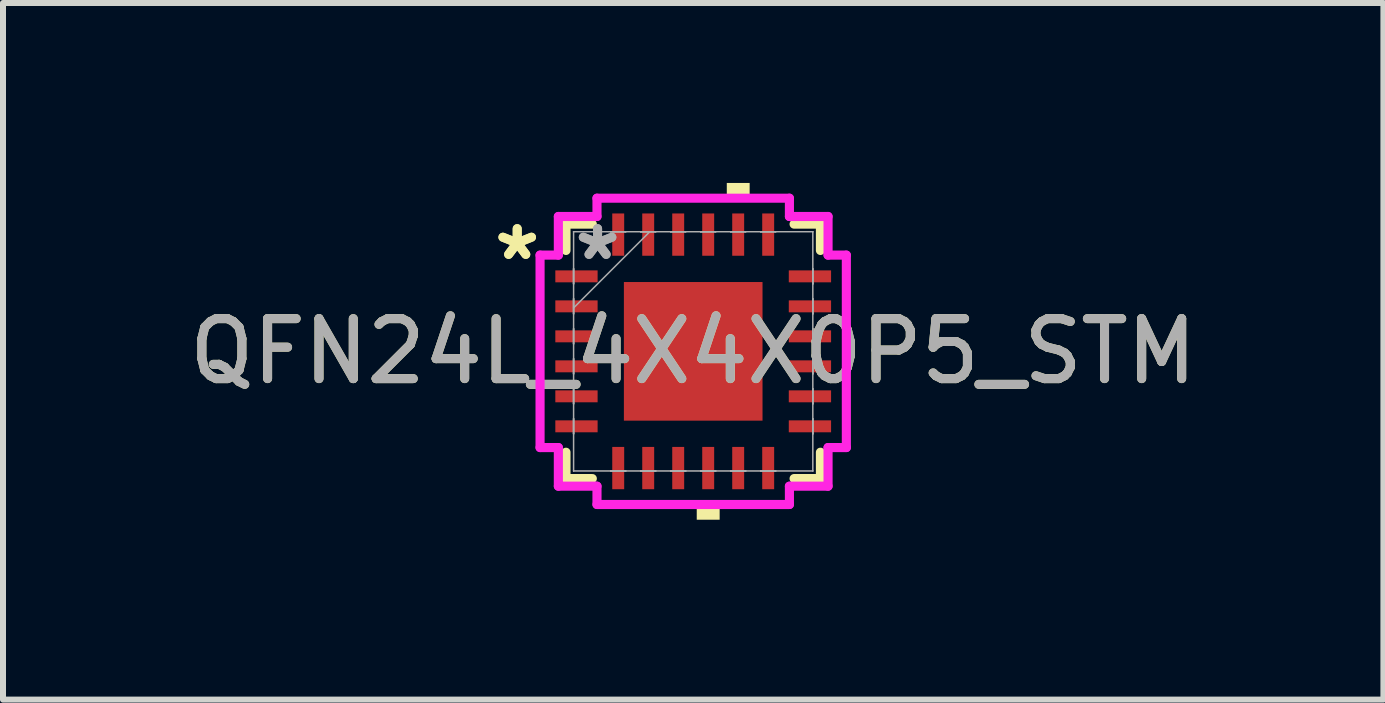
<source format=kicad_pcb>
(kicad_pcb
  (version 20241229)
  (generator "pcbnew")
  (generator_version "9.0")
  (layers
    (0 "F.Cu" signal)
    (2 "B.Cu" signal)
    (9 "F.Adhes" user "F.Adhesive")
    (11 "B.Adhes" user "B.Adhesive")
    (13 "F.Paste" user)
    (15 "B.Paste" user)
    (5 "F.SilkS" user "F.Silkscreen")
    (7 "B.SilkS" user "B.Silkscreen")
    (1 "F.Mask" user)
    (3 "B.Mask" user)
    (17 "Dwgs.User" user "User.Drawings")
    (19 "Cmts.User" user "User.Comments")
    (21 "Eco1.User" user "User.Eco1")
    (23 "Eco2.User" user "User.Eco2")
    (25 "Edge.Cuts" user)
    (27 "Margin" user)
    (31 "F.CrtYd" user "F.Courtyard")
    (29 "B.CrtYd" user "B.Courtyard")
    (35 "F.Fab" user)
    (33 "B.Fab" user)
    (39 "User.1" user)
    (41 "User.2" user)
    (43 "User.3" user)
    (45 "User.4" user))
  (footprint "QFN24L_4X4X0P5_STM"
    (layer "F.Cu")
    (at 8.506 2.807)
    (property "Reference" "QFN24L_4X4X0P5_STM" (at 0 0 0) (unlocked yes) (layer "F.SilkS") (effects (font (size 1 1) (thickness 0.15))))
    (attr smd)
    (fp_line (start -2.121 -2.121) (end -2.121 -1.682) (stroke (width 0.152) (type solid)) (layer "F.SilkS"))
    (fp_line (start -2.121 1.682) (end -2.121 2.121) (stroke (width 0.152) (type solid)) (layer "F.SilkS"))
    (fp_line (start -2.121 2.121) (end -1.682 2.121) (stroke (width 0.152) (type solid)) (layer "F.SilkS"))
    (fp_line (start -1.682 -2.121) (end -2.121 -2.121) (stroke (width 0.152) (type solid)) (layer "F.SilkS"))
    (fp_line (start 1.682 2.121) (end 2.121 2.121) (stroke (width 0.152) (type solid)) (layer "F.SilkS"))
    (fp_line (start 2.121 -2.121) (end 1.682 -2.121) (stroke (width 0.152) (type solid)) (layer "F.SilkS"))
    (fp_line (start 2.121 -1.682) (end 2.121 -2.121) (stroke (width 0.152) (type solid)) (layer "F.SilkS"))
    (fp_line (start 2.121 2.121) (end 2.121 1.682) (stroke (width 0.152) (type solid)) (layer "F.SilkS"))
    (fp_poly (pts (xy 0.059 2.553) (xy 0.059 2.807) (xy 0.441 2.807) (xy 0.441 2.553)) (stroke (width 0) (type solid)) (fill yes) (layer "F.SilkS"))
    (fp_poly (pts (xy 0.56 -2.553) (xy 0.56 -2.807) (xy 0.941 -2.807) (xy 0.941 -2.553)) (stroke (width 0) (type solid)) (fill yes) (layer "F.SilkS"))
    (fp_line (start -2.553 -1.604) (end -2.248 -1.604) (stroke (width 0.152) (type solid)) (layer "F.CrtYd"))
    (fp_line (start -2.553 1.604) (end -2.553 -1.604) (stroke (width 0.152) (type solid)) (layer "F.CrtYd"))
    (fp_line (start -2.248 -2.248) (end -1.604 -2.248) (stroke (width 0.152) (type solid)) (layer "F.CrtYd"))
    (fp_line (start -2.248 -1.604) (end -2.248 -2.248) (stroke (width 0.152) (type solid)) (layer "F.CrtYd"))
    (fp_line (start -2.248 1.604) (end -2.553 1.604) (stroke (width 0.152) (type solid)) (layer "F.CrtYd"))
    (fp_line (start -2.248 2.248) (end -2.248 1.604) (stroke (width 0.152) (type solid)) (layer "F.CrtYd"))
    (fp_line (start -1.604 -2.553) (end 1.604 -2.553) (stroke (width 0.152) (type solid)) (layer "F.CrtYd"))
    (fp_line (start -1.604 -2.248) (end -1.604 -2.553) (stroke (width 0.152) (type solid)) (layer "F.CrtYd"))
    (fp_line (start -1.604 2.248) (end -2.248 2.248) (stroke (width 0.152) (type solid)) (layer "F.CrtYd"))
    (fp_line (start -1.604 2.553) (end -1.604 2.248) (stroke (width 0.152) (type solid)) (layer "F.CrtYd"))
    (fp_line (start 1.604 -2.553) (end 1.604 -2.248) (stroke (width 0.152) (type solid)) (layer "F.CrtYd"))
    (fp_line (start 1.604 -2.248) (end 2.248 -2.248) (stroke (width 0.152) (type solid)) (layer "F.CrtYd"))
    (fp_line (start 1.604 2.248) (end 1.604 2.553) (stroke (width 0.152) (type solid)) (layer "F.CrtYd"))
    (fp_line (start 1.604 2.553) (end -1.604 2.553) (stroke (width 0.152) (type solid)) (layer "F.CrtYd"))
    (fp_line (start 2.248 -2.248) (end 2.248 -1.604) (stroke (width 0.152) (type solid)) (layer "F.CrtYd"))
    (fp_line (start 2.248 -1.604) (end 2.553 -1.604) (stroke (width 0.152) (type solid)) (layer "F.CrtYd"))
    (fp_line (start 2.248 1.604) (end 2.248 2.248) (stroke (width 0.152) (type solid)) (layer "F.CrtYd"))
    (fp_line (start 2.248 2.248) (end 1.604 2.248) (stroke (width 0.152) (type solid)) (layer "F.CrtYd"))
    (fp_line (start 2.553 -1.604) (end 2.553 1.604) (stroke (width 0.152) (type solid)) (layer "F.CrtYd"))
    (fp_line (start 2.553 1.604) (end 2.248 1.604) (stroke (width 0.152) (type solid)) (layer "F.CrtYd"))
    (fp_line (start -1.994 -1.994) (end -1.994 -1.994) (stroke (width 0.025) (type solid)) (layer "F.Fab"))
    (fp_line (start -1.994 -1.994) (end -1.994 1.994) (stroke (width 0.025) (type solid)) (layer "F.Fab"))
    (fp_line (start -1.994 -1.375) (end -1.994 -1.375) (stroke (width 0.025) (type solid)) (layer "F.Fab"))
    (fp_line (start -1.994 -1.375) (end -1.994 -1.125) (stroke (width 0.025) (type solid)) (layer "F.Fab"))
    (fp_line (start -1.994 -1.125) (end -1.994 -1.375) (stroke (width 0.025) (type solid)) (layer "F.Fab"))
    (fp_line (start -1.994 -1.125) (end -1.994 -1.125) (stroke (width 0.025) (type solid)) (layer "F.Fab"))
    (fp_line (start -1.994 -0.875) (end -1.994 -0.875) (stroke (width 0.025) (type solid)) (layer "F.Fab"))
    (fp_line (start -1.994 -0.875) (end -1.994 -0.625) (stroke (width 0.025) (type solid)) (layer "F.Fab"))
    (fp_line (start -1.994 -0.724) (end -0.724 -1.994) (stroke (width 0.025) (type solid)) (layer "F.Fab"))
    (fp_line (start -1.994 -0.625) (end -1.994 -0.875) (stroke (width 0.025) (type solid)) (layer "F.Fab"))
    (fp_line (start -1.994 -0.625) (end -1.994 -0.625) (stroke (width 0.025) (type solid)) (layer "F.Fab"))
    (fp_line (start -1.994 -0.375) (end -1.994 -0.375) (stroke (width 0.025) (type solid)) (layer "F.Fab"))
    (fp_line (start -1.994 -0.375) (end -1.994 -0.125) (stroke (width 0.025) (type solid)) (layer "F.Fab"))
    (fp_line (start -1.994 -0.125) (end -1.994 -0.375) (stroke (width 0.025) (type solid)) (layer "F.Fab"))
    (fp_line (start -1.994 -0.125) (end -1.994 -0.125) (stroke (width 0.025) (type solid)) (layer "F.Fab"))
    (fp_line (start -1.994 0.125) (end -1.994 0.125) (stroke (width 0.025) (type solid)) (layer "F.Fab"))
    (fp_line (start -1.994 0.125) (end -1.994 0.375) (stroke (width 0.025) (type solid)) (layer "F.Fab"))
    (fp_line (start -1.994 0.375) (end -1.994 0.125) (stroke (width 0.025) (type solid)) (layer "F.Fab"))
    (fp_line (start -1.994 0.375) (end -1.994 0.375) (stroke (width 0.025) (type solid)) (layer "F.Fab"))
    (fp_line (start -1.994 0.625) (end -1.994 0.625) (stroke (width 0.025) (type solid)) (layer "F.Fab"))
    (fp_line (start -1.994 0.625) (end -1.994 0.875) (stroke (width 0.025) (type solid)) (layer "F.Fab"))
    (fp_line (start -1.994 0.875) (end -1.994 0.625) (stroke (width 0.025) (type solid)) (layer "F.Fab"))
    (fp_line (start -1.994 0.875) (end -1.994 0.875) (stroke (width 0.025) (type solid)) (layer "F.Fab"))
    (fp_line (start -1.994 1.125) (end -1.994 1.125) (stroke (width 0.025) (type solid)) (layer "F.Fab"))
    (fp_line (start -1.994 1.125) (end -1.994 1.375) (stroke (width 0.025) (type solid)) (layer "F.Fab"))
    (fp_line (start -1.994 1.375) (end -1.994 1.125) (stroke (width 0.025) (type solid)) (layer "F.Fab"))
    (fp_line (start -1.994 1.375) (end -1.994 1.375) (stroke (width 0.025) (type solid)) (layer "F.Fab"))
    (fp_line (start -1.994 1.994) (end -1.994 1.994) (stroke (width 0.025) (type solid)) (layer "F.Fab"))
    (fp_line (start -1.994 1.994) (end 1.994 1.994) (stroke (width 0.025) (type solid)) (layer "F.Fab"))
    (fp_line (start -1.375 -1.994) (end -1.375 -1.994) (stroke (width 0.025) (type solid)) (layer "F.Fab"))
    (fp_line (start -1.375 -1.994) (end -1.125 -1.994) (stroke (width 0.025) (type solid)) (layer "F.Fab"))
    (fp_line (start -1.375 1.994) (end -1.375 1.994) (stroke (width 0.025) (type solid)) (layer "F.Fab"))
    (fp_line (start -1.375 1.994) (end -1.125 1.994) (stroke (width 0.025) (type solid)) (layer "F.Fab"))
    (fp_line (start -1.125 -1.994) (end -1.375 -1.994) (stroke (width 0.025) (type solid)) (layer "F.Fab"))
    (fp_line (start -1.125 -1.994) (end -1.125 -1.994) (stroke (width 0.025) (type solid)) (layer "F.Fab"))
    (fp_line (start -1.125 1.994) (end -1.375 1.994) (stroke (width 0.025) (type solid)) (layer "F.Fab"))
    (fp_line (start -1.125 1.994) (end -1.125 1.994) (stroke (width 0.025) (type solid)) (layer "F.Fab"))
    (fp_line (start -0.875 -1.994) (end -0.875 -1.994) (stroke (width 0.025) (type solid)) (layer "F.Fab"))
    (fp_line (start -0.875 -1.994) (end -0.625 -1.994) (stroke (width 0.025) (type solid)) (layer "F.Fab"))
    (fp_line (start -0.875 1.994) (end -0.875 1.994) (stroke (width 0.025) (type solid)) (layer "F.Fab"))
    (fp_line (start -0.875 1.994) (end -0.625 1.994) (stroke (width 0.025) (type solid)) (layer "F.Fab"))
    (fp_line (start -0.625 -1.994) (end -0.875 -1.994) (stroke (width 0.025) (type solid)) (layer "F.Fab"))
    (fp_line (start -0.625 -1.994) (end -0.625 -1.994) (stroke (width 0.025) (type solid)) (layer "F.Fab"))
    (fp_line (start -0.625 1.994) (end -0.875 1.994) (stroke (width 0.025) (type solid)) (layer "F.Fab"))
    (fp_line (start -0.625 1.994) (end -0.625 1.994) (stroke (width 0.025) (type solid)) (layer "F.Fab"))
    (fp_line (start -0.375 -1.994) (end -0.375 -1.994) (stroke (width 0.025) (type solid)) (layer "F.Fab"))
    (fp_line (start -0.375 -1.994) (end -0.125 -1.994) (stroke (width 0.025) (type solid)) (layer "F.Fab"))
    (fp_line (start -0.375 1.994) (end -0.375 1.994) (stroke (width 0.025) (type solid)) (layer "F.Fab"))
    (fp_line (start -0.375 1.994) (end -0.125 1.994) (stroke (width 0.025) (type solid)) (layer "F.Fab"))
    (fp_line (start -0.125 -1.994) (end -0.375 -1.994) (stroke (width 0.025) (type solid)) (layer "F.Fab"))
    (fp_line (start -0.125 -1.994) (end -0.125 -1.994) (stroke (width 0.025) (type solid)) (layer "F.Fab"))
    (fp_line (start -0.125 1.994) (end -0.375 1.994) (stroke (width 0.025) (type solid)) (layer "F.Fab"))
    (fp_line (start -0.125 1.994) (end -0.125 1.994) (stroke (width 0.025) (type solid)) (layer "F.Fab"))
    (fp_line (start 0.125 -1.994) (end 0.125 -1.994) (stroke (width 0.025) (type solid)) (layer "F.Fab"))
    (fp_line (start 0.125 -1.994) (end 0.375 -1.994) (stroke (width 0.025) (type solid)) (layer "F.Fab"))
    (fp_line (start 0.125 1.994) (end 0.125 1.994) (stroke (width 0.025) (type solid)) (layer "F.Fab"))
    (fp_line (start 0.125 1.994) (end 0.375 1.994) (stroke (width 0.025) (type solid)) (layer "F.Fab"))
    (fp_line (start 0.375 -1.994) (end 0.125 -1.994) (stroke (width 0.025) (type solid)) (layer "F.Fab"))
    (fp_line (start 0.375 -1.994) (end 0.375 -1.994) (stroke (width 0.025) (type solid)) (layer "F.Fab"))
    (fp_line (start 0.375 1.994) (end 0.125 1.994) (stroke (width 0.025) (type solid)) (layer "F.Fab"))
    (fp_line (start 0.375 1.994) (end 0.375 1.994) (stroke (width 0.025) (type solid)) (layer "F.Fab"))
    (fp_line (start 0.625 -1.994) (end 0.625 -1.994) (stroke (width 0.025) (type solid)) (layer "F.Fab"))
    (fp_line (start 0.625 -1.994) (end 0.875 -1.994) (stroke (width 0.025) (type solid)) (layer "F.Fab"))
    (fp_line (start 0.625 1.994) (end 0.625 1.994) (stroke (width 0.025) (type solid)) (layer "F.Fab"))
    (fp_line (start 0.625 1.994) (end 0.875 1.994) (stroke (width 0.025) (type solid)) (layer "F.Fab"))
    (fp_line (start 0.875 -1.994) (end 0.625 -1.994) (stroke (width 0.025) (type solid)) (layer "F.Fab"))
    (fp_line (start 0.875 -1.994) (end 0.875 -1.994) (stroke (width 0.025) (type solid)) (layer "F.Fab"))
    (fp_line (start 0.875 1.994) (end 0.625 1.994) (stroke (width 0.025) (type solid)) (layer "F.Fab"))
    (fp_line (start 0.875 1.994) (end 0.875 1.994) (stroke (width 0.025) (type solid)) (layer "F.Fab"))
    (fp_line (start 1.125 -1.994) (end 1.125 -1.994) (stroke (width 0.025) (type solid)) (layer "F.Fab"))
    (fp_line (start 1.125 -1.994) (end 1.375 -1.994) (stroke (width 0.025) (type solid)) (layer "F.Fab"))
    (fp_line (start 1.125 1.994) (end 1.125 1.994) (stroke (width 0.025) (type solid)) (layer "F.Fab"))
    (fp_line (start 1.125 1.994) (end 1.375 1.994) (stroke (width 0.025) (type solid)) (layer "F.Fab"))
    (fp_line (start 1.375 -1.994) (end 1.125 -1.994) (stroke (width 0.025) (type solid)) (layer "F.Fab"))
    (fp_line (start 1.375 -1.994) (end 1.375 -1.994) (stroke (width 0.025) (type solid)) (layer "F.Fab"))
    (fp_line (start 1.375 1.994) (end 1.125 1.994) (stroke (width 0.025) (type solid)) (layer "F.Fab"))
    (fp_line (start 1.375 1.994) (end 1.375 1.994) (stroke (width 0.025) (type solid)) (layer "F.Fab"))
    (fp_line (start 1.994 -1.994) (end -1.994 -1.994) (stroke (width 0.025) (type solid)) (layer "F.Fab"))
    (fp_line (start 1.994 -1.994) (end 1.994 -1.994) (stroke (width 0.025) (type solid)) (layer "F.Fab"))
    (fp_line (start 1.994 -1.375) (end 1.994 -1.375) (stroke (width 0.025) (type solid)) (layer "F.Fab"))
    (fp_line (start 1.994 -1.375) (end 1.994 -1.125) (stroke (width 0.025) (type solid)) (layer "F.Fab"))
    (fp_line (start 1.994 -1.125) (end 1.994 -1.375) (stroke (width 0.025) (type solid)) (layer "F.Fab"))
    (fp_line (start 1.994 -1.125) (end 1.994 -1.125) (stroke (width 0.025) (type solid)) (layer "F.Fab"))
    (fp_line (start 1.994 -0.875) (end 1.994 -0.875) (stroke (width 0.025) (type solid)) (layer "F.Fab"))
    (fp_line (start 1.994 -0.875) (end 1.994 -0.625) (stroke (width 0.025) (type solid)) (layer "F.Fab"))
    (fp_line (start 1.994 -0.625) (end 1.994 -0.875) (stroke (width 0.025) (type solid)) (layer "F.Fab"))
    (fp_line (start 1.994 -0.625) (end 1.994 -0.625) (stroke (width 0.025) (type solid)) (layer "F.Fab"))
    (fp_line (start 1.994 -0.375) (end 1.994 -0.375) (stroke (width 0.025) (type solid)) (layer "F.Fab"))
    (fp_line (start 1.994 -0.375) (end 1.994 -0.125) (stroke (width 0.025) (type solid)) (layer "F.Fab"))
    (fp_line (start 1.994 -0.125) (end 1.994 -0.375) (stroke (width 0.025) (type solid)) (layer "F.Fab"))
    (fp_line (start 1.994 -0.125) (end 1.994 -0.125) (stroke (width 0.025) (type solid)) (layer "F.Fab"))
    (fp_line (start 1.994 0.125) (end 1.994 0.125) (stroke (width 0.025) (type solid)) (layer "F.Fab"))
    (fp_line (start 1.994 0.125) (end 1.994 0.375) (stroke (width 0.025) (type solid)) (layer "F.Fab"))
    (fp_line (start 1.994 0.375) (end 1.994 0.125) (stroke (width 0.025) (type solid)) (layer "F.Fab"))
    (fp_line (start 1.994 0.375) (end 1.994 0.375) (stroke (width 0.025) (type solid)) (layer "F.Fab"))
    (fp_line (start 1.994 0.625) (end 1.994 0.625) (stroke (width 0.025) (type solid)) (layer "F.Fab"))
    (fp_line (start 1.994 0.625) (end 1.994 0.875) (stroke (width 0.025) (type solid)) (layer "F.Fab"))
    (fp_line (start 1.994 0.875) (end 1.994 0.625) (stroke (width 0.025) (type solid)) (layer "F.Fab"))
    (fp_line (start 1.994 0.875) (end 1.994 0.875) (stroke (width 0.025) (type solid)) (layer "F.Fab"))
    (fp_line (start 1.994 1.125) (end 1.994 1.125) (stroke (width 0.025) (type solid)) (layer "F.Fab"))
    (fp_line (start 1.994 1.125) (end 1.994 1.375) (stroke (width 0.025) (type solid)) (layer "F.Fab"))
    (fp_line (start 1.994 1.375) (end 1.994 1.125) (stroke (width 0.025) (type solid)) (layer "F.Fab"))
    (fp_line (start 1.994 1.375) (end 1.994 1.375) (stroke (width 0.025) (type solid)) (layer "F.Fab"))
    (fp_line (start 1.994 1.994) (end 1.994 -1.994) (stroke (width 0.025) (type solid)) (layer "F.Fab"))
    (fp_line (start 1.994 1.994) (end 1.994 1.994) (stroke (width 0.025) (type solid)) (layer "F.Fab"))
    (fp_text user "*" (at -2.934 -1.5 0) (unlocked yes) (layer "F.SilkS") (effects (font (size 1 1) (thickness 0.15))))
    (fp_text user "*" (at -2.934 -1.5 0) (layer "F.SilkS") (effects (font (size 1 1) (thickness 0.15))))
    (fp_text user "${REFERENCE}" (at 0 0 0) (unlocked yes) (layer "F.Fab") (effects (font (size 1 1) (thickness 0.15))))
    (fp_text user "*" (at -1.594 -1.5 0) (layer "F.Fab") (effects (font (size 1 1) (thickness 0.15))))
    (fp_text user "*" (at -1.594 -1.5 0) (unlocked yes) (layer "F.Fab") (effects (font (size 1 1) (thickness 0.15))))
    (pad "1" smd rect (at -1.946 -1.25 90) (size 0.199 0.705) (layers "F.Cu" "F.Mask" "F.Paste"))
    (pad "2" smd rect (at -1.946 -0.75 90) (size 0.199 0.705) (layers "F.Cu" "F.Mask" "F.Paste"))
    (pad "3" smd rect (at -1.946 -0.25 90) (size 0.199 0.705) (layers "F.Cu" "F.Mask" "F.Paste"))
    (pad "4" smd rect (at -1.946 0.25 90) (size 0.199 0.705) (layers "F.Cu" "F.Mask" "F.Paste"))
    (pad "5" smd rect (at -1.946 0.75 90) (size 0.199 0.705) (layers "F.Cu" "F.Mask" "F.Paste"))
    (pad "6" smd rect (at -1.946 1.25 90) (size 0.199 0.705) (layers "F.Cu" "F.Mask" "F.Paste"))
    (pad "7" smd rect (at -1.25 1.946) (size 0.199 0.705) (layers "F.Cu" "F.Mask" "F.Paste"))
    (pad "8" smd rect (at -0.75 1.946) (size 0.199 0.705) (layers "F.Cu" "F.Mask" "F.Paste"))
    (pad "9" smd rect (at -0.25 1.946) (size 0.199 0.705) (layers "F.Cu" "F.Mask" "F.Paste"))
    (pad "10" smd rect (at 0.25 1.946) (size 0.199 0.705) (layers "F.Cu" "F.Mask" "F.Paste"))
    (pad "11" smd rect (at 0.75 1.946) (size 0.199 0.705) (layers "F.Cu" "F.Mask" "F.Paste"))
    (pad "12" smd rect (at 1.25 1.946) (size 0.199 0.705) (layers "F.Cu" "F.Mask" "F.Paste"))
    (pad "13" smd rect (at 1.946 1.25 90) (size 0.199 0.705) (layers "F.Cu" "F.Mask" "F.Paste"))
    (pad "14" smd rect (at 1.946 0.75 90) (size 0.199 0.705) (layers "F.Cu" "F.Mask" "F.Paste"))
    (pad "15" smd rect (at 1.946 0.25 90) (size 0.199 0.705) (layers "F.Cu" "F.Mask" "F.Paste"))
    (pad "16" smd rect (at 1.946 -0.25 90) (size 0.199 0.705) (layers "F.Cu" "F.Mask" "F.Paste"))
    (pad "17" smd rect (at 1.946 -0.75 90) (size 0.199 0.705) (layers "F.Cu" "F.Mask" "F.Paste"))
    (pad "18" smd rect (at 1.946 -1.25 90) (size 0.199 0.705) (layers "F.Cu" "F.Mask" "F.Paste"))
    (pad "19" smd rect (at 1.25 -1.946) (size 0.199 0.705) (layers "F.Cu" "F.Mask" "F.Paste"))
    (pad "20" smd rect (at 0.75 -1.946) (size 0.199 0.705) (layers "F.Cu" "F.Mask" "F.Paste"))
    (pad "21" smd rect (at 0.25 -1.946) (size 0.199 0.705) (layers "F.Cu" "F.Mask" "F.Paste"))
    (pad "22" smd rect (at -0.25 -1.946) (size 0.199 0.705) (layers "F.Cu" "F.Mask" "F.Paste"))
    (pad "23" smd rect (at -0.75 -1.946) (size 0.199 0.705) (layers "F.Cu" "F.Mask" "F.Paste"))
    (pad "24" smd rect (at -1.25 -1.946) (size 0.199 0.705) (layers "F.Cu" "F.Mask" "F.Paste"))
    (pad "25" smd rect (at 0 0) (size 2.311 2.311) (layers "F.Cu" "F.Mask" "F.Paste")))
  (gr_rect
    (start -3 -3)
    (end 20.012 8.613)
    (stroke (width 0.1) (type default))
    (fill no)
    (layer "Edge.Cuts")))
</source>
